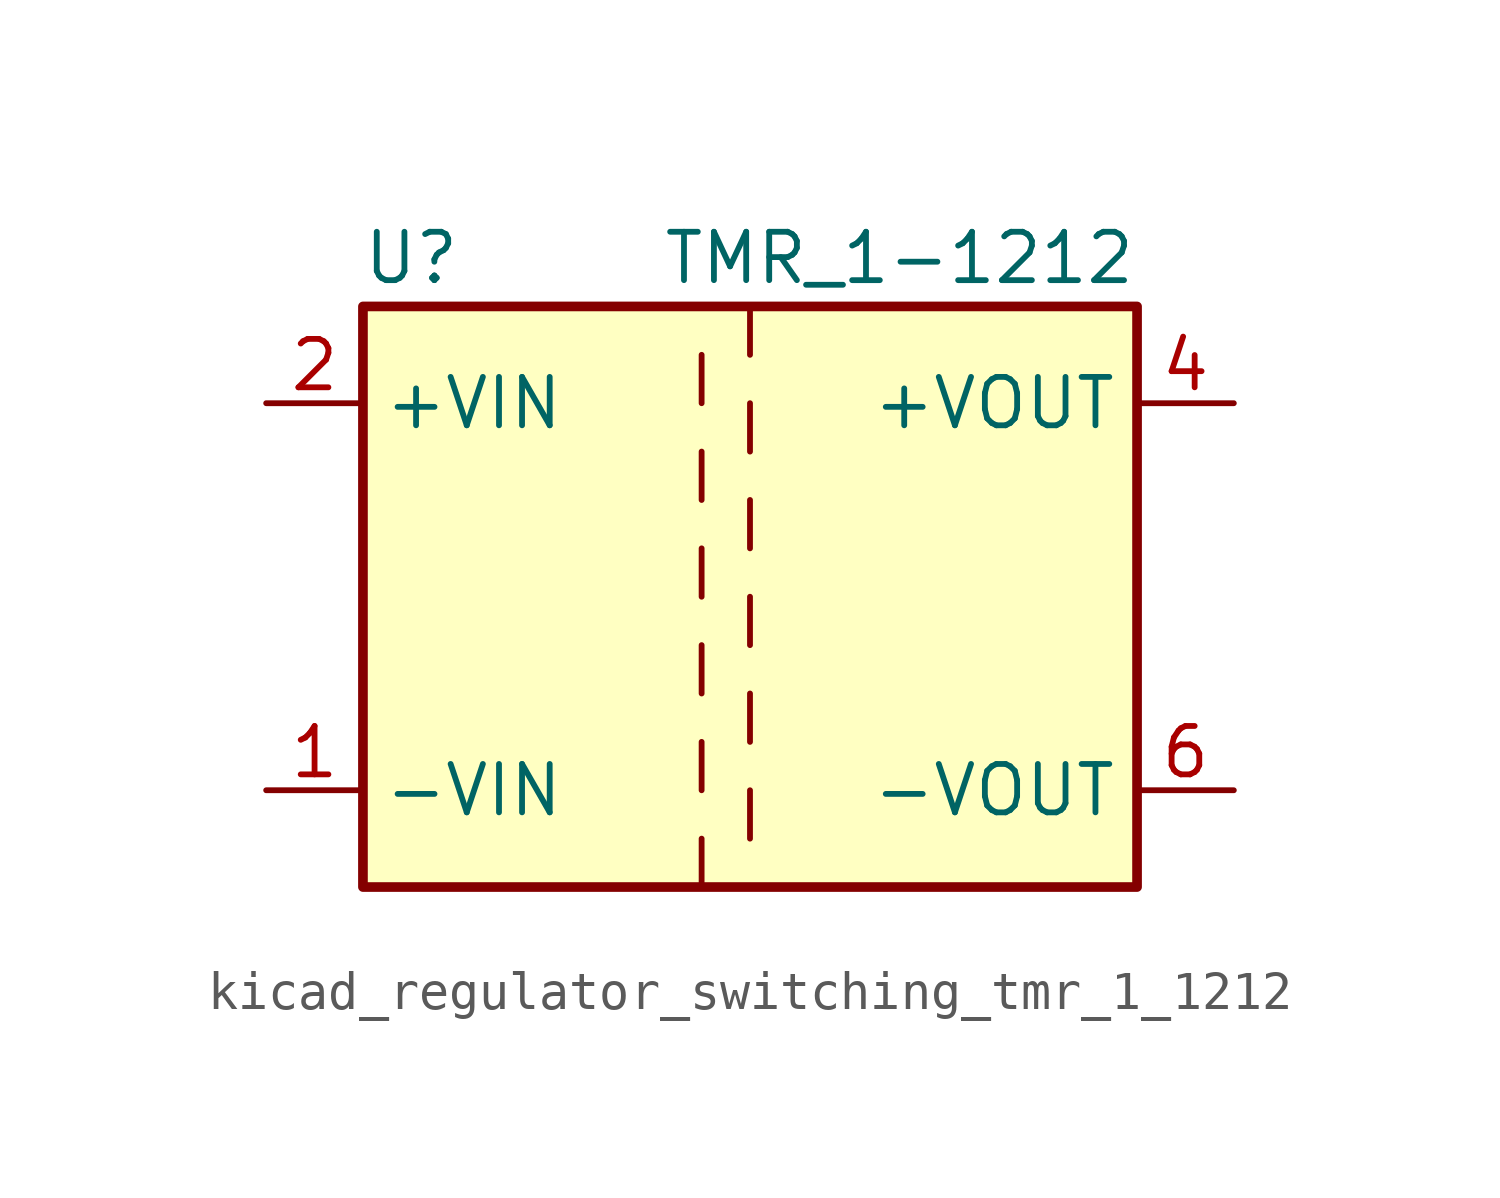
<source format=kicad_sym>
(kicad_symbol_lib
  (version 20220914)
  (generator kicad_symbol_editor)
  (symbol "kicad_regulator_switching_tmr_1_1212"
    (property "Reference" "U"
      (at -8.89 8.89 0)
      (effects (font (size 1.27 1.27))))
    (property "Value" "TMR_1-1212"
      (at 10.16 8.89 0)
      (effects (font (size 1.27 1.27)) (justify right)))
    (symbol "kicad_regulator_switching_tmr_1_1212_0_1"
      (rectangle (start -10.16 7.62) (end 10.16 -7.62) (stroke (width 0.254) (type default)) (fill (type background)))
      (polyline (pts (xy -1.27 -7.62) (xy -1.27 -6.35)) (stroke (width 0) (type default)) (fill (type none)))
      (polyline (pts (xy -1.27 -5.08) (xy -1.27 -3.81)) (stroke (width 0) (type default)) (fill (type none)))
      (polyline (pts (xy -1.27 -2.54) (xy -1.27 -1.27)) (stroke (width 0) (type default)) (fill (type none)))
      (polyline (pts (xy -1.27 0) (xy -1.27 1.27)) (stroke (width 0) (type default)) (fill (type none)))
      (polyline (pts (xy -1.27 2.54) (xy -1.27 3.81)) (stroke (width 0) (type default)) (fill (type none)))
      (polyline (pts (xy -1.27 5.08) (xy -1.27 6.35)) (stroke (width 0) (type default)) (fill (type none)))
      (polyline (pts (xy 0 -5.08) (xy 0 -6.35)) (stroke (width 0) (type default)) (fill (type none)))
      (polyline (pts (xy 0 -2.54) (xy 0 -3.81)) (stroke (width 0) (type default)) (fill (type none)))
      (polyline (pts (xy 0 0) (xy 0 -1.27)) (stroke (width 0) (type default)) (fill (type none)))
      (polyline (pts (xy 0 2.54) (xy 0 1.27)) (stroke (width 0) (type default)) (fill (type none)))
      (polyline (pts (xy 0 5.08) (xy 0 3.81)) (stroke (width 0) (type default)) (fill (type none)))
      (polyline (pts (xy 0 7.62) (xy 0 6.35)) (stroke (width 0) (type default)) (fill (type none))))
    (symbol "kicad_regulator_switching_tmr_1_1212_1_1"
      (pin power_in line (at -12.7 -5.08 0) (length 2.54) (name "-VIN" (effects (font (size 1.27 1.27)))) (number "1" (effects (font (size 1.27 1.27)))))
      (pin power_in line (at -12.7 5.08 0) (length 2.54) (name "+VIN" (effects (font (size 1.27 1.27)))) (number "2" (effects (font (size 1.27 1.27)))))
      (pin power_out line (at 12.7 5.08 180) (length 2.54) (name "+VOUT" (effects (font (size 1.27 1.27)))) (number "4" (effects (font (size 1.27 1.27)))))
      (pin power_out line (at 12.7 -5.08 180) (length 2.54) (name "-VOUT" (effects (font (size 1.27 1.27)))) (number "6" (effects (font (size 1.27 1.27))))))))
</source>
